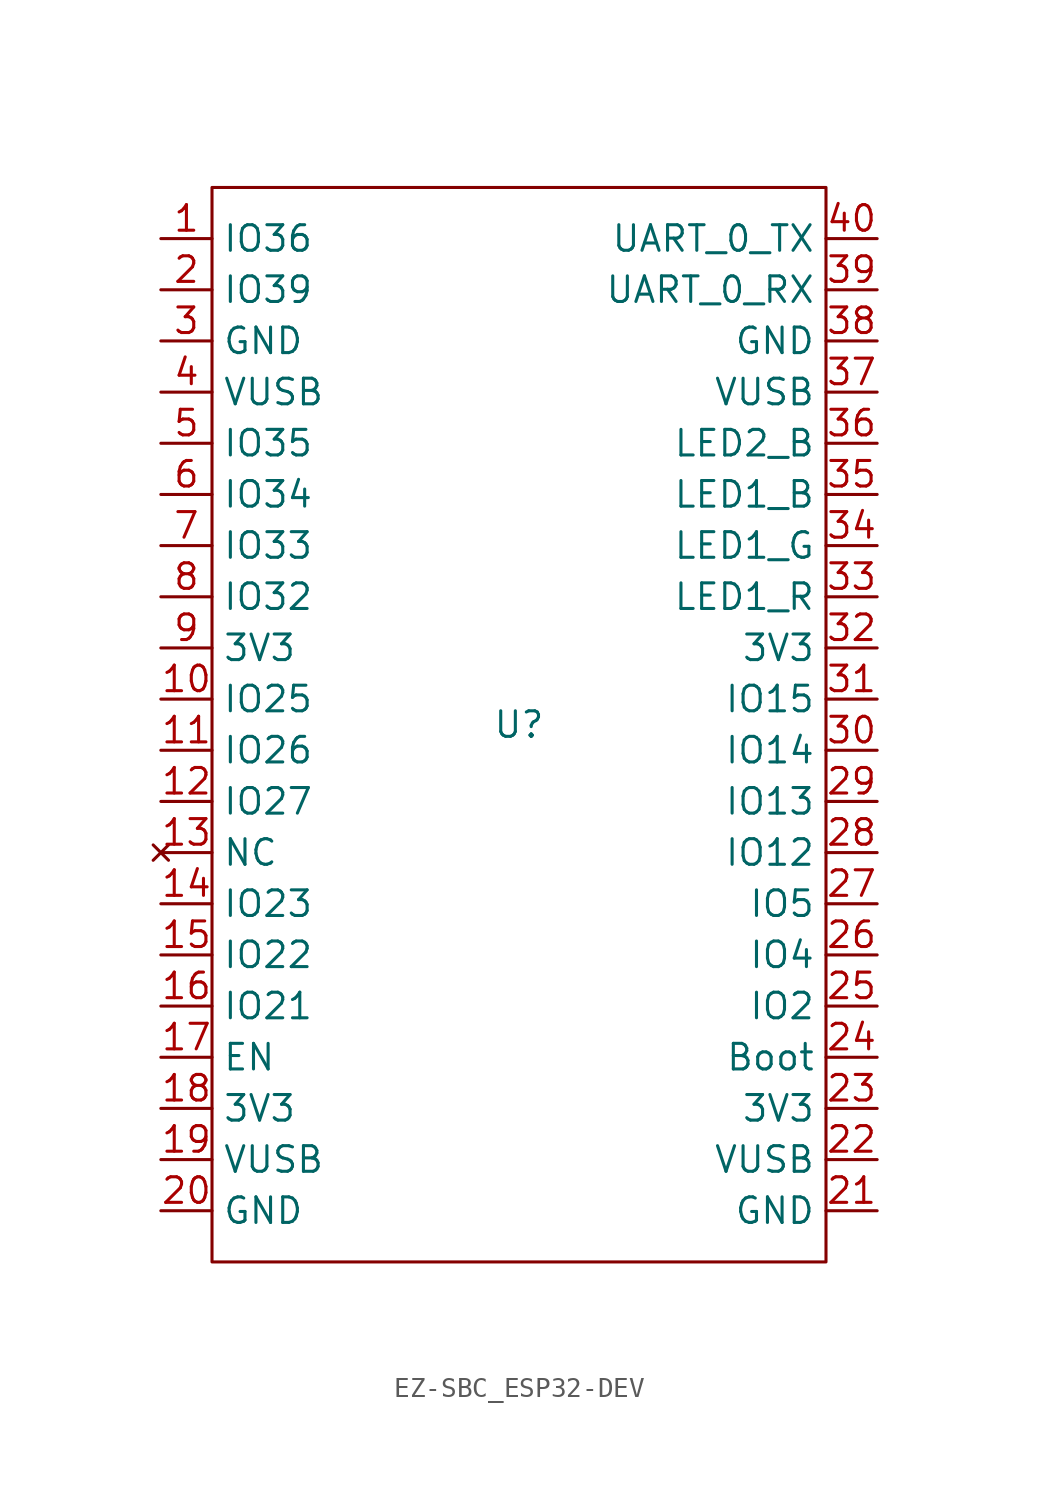
<source format=kicad_sym>
(kicad_symbol_lib
  (version 20220914)
  (generator kicad_symbol_editor)
  (symbol "EZ-SBC_ESP32-DEV"
    (property "Reference" "U"
      (at 0 0 0)
      (effects (font (size 1.27 1.27))))
    (property "Value" ""
      (at -10.16 11.43 0)
      (effects (font (size 1.27 1.27))))
    (symbol "EZ-SBC_ESP32-DEV_0_1"
      (rectangle (start -15.24 26.67) (end 15.24 -26.67) (stroke (width 0) (type default)) (fill (type none))))
    (symbol "EZ-SBC_ESP32-DEV_1_1"
      (pin input line (at -17.78 24.13 0) (length 2.54) (name "IO36" (effects (font (size 1.27 1.27)))) (number "1" (effects (font (size 1.27 1.27)))) (alternate "ADC1 CH0" input line) (alternate "RTC GPIO0" input line) (alternate "Sensor VP" input line))
      (pin bidirectional line (at -17.78 1.27 0) (length 2.54) (name "IO25" (effects (font (size 1.27 1.27)))) (number "10" (effects (font (size 1.27 1.27)))) (alternate "ADC2 CH8" input line) (alternate "DAC1" input line) (alternate "RTC GPIO6" input line))
      (pin bidirectional line (at -17.78 -1.27 0) (length 2.54) (name "IO26" (effects (font (size 1.27 1.27)))) (number "11" (effects (font (size 1.27 1.27)))) (alternate "ADC2 CH9" input line) (alternate "DAC2" input line) (alternate "RTC GPIO7" input line))
      (pin bidirectional line (at -17.78 -3.81 0) (length 2.54) (name "IO27" (effects (font (size 1.27 1.27)))) (number "12" (effects (font (size 1.27 1.27)))) (alternate "ADC2 CH7" input line) (alternate "RTC GPIO17" input line) (alternate "TOUCH 7" input line))
      (pin no_connect line (at -17.78 -6.35 0) (length 2.54) (name "NC" (effects (font (size 1.27 1.27)))) (number "13" (effects (font (size 1.27 1.27)))))
      (pin bidirectional line (at -17.78 -8.89 0) (length 2.54) (name "IO23" (effects (font (size 1.27 1.27)))) (number "14" (effects (font (size 1.27 1.27)))) (alternate "SPI MOSI" output line) (alternate "VSPI MOSI" output line))
      (pin bidirectional line (at -17.78 -11.43 0) (length 2.54) (name "IO22" (effects (font (size 1.27 1.27)))) (number "15" (effects (font (size 1.27 1.27)))) (alternate "SCL" output line) (alternate "Wire SCL" output line))
      (pin bidirectional line (at -17.78 -13.97 0) (length 2.54) (name "IO21" (effects (font (size 1.27 1.27)))) (number "16" (effects (font (size 1.27 1.27)))) (alternate "SDA" bidirectional line) (alternate "Wire SDA" bidirectional line))
      (pin input line (at -17.78 -16.51 0) (length 2.54) (name "EN" (effects (font (size 1.27 1.27)))) (number "17" (effects (font (size 1.27 1.27)))) (alternate "PB" input line) (alternate "Reset" input line))
      (pin passive line (at -17.78 -19.05 0) (length 2.54) (name "3V3" (effects (font (size 1.27 1.27)))) (number "18" (effects (font (size 1.27 1.27)))))
      (pin power_out line (at -17.78 -21.59 0) (length 2.54) (name "VUSB" (effects (font (size 1.27 1.27)))) (number "19" (effects (font (size 1.27 1.27)))) (alternate "VIn" power_in line))
      (pin input line (at -17.78 21.59 0) (length 2.54) (name "IO39" (effects (font (size 1.27 1.27)))) (number "2" (effects (font (size 1.27 1.27)))) (alternate "ADC1 CH3" input line) (alternate "RTC_GPIO3" input line) (alternate "Sensor VN" input line))
      (pin passive line (at -17.78 -24.13 0) (length 2.54) (name "GND" (effects (font (size 1.27 1.27)))) (number "20" (effects (font (size 1.27 1.27)))))
      (pin passive line (at 17.78 -24.13 180) (length 2.54) (name "GND" (effects (font (size 1.27 1.27)))) (number "21" (effects (font (size 1.27 1.27)))))
      (pin power_out line (at 17.78 -21.59 180) (length 2.54) (name "VUSB" (effects (font (size 1.27 1.27)))) (number "22" (effects (font (size 1.27 1.27)))) (alternate "VIn" power_in line))
      (pin passive line (at 17.78 -19.05 180) (length 2.54) (name "3V3" (effects (font (size 1.27 1.27)))) (number "23" (effects (font (size 1.27 1.27)))))
      (pin input line (at 17.78 -16.51 180) (length 2.54) (name "Boot" (effects (font (size 1.27 1.27)))) (number "24" (effects (font (size 1.27 1.27)))) (alternate "ADC2 CH1" input line) (alternate "IO0" bidirectional line) (alternate "RTC_GPIO11" input line) (alternate "Touch 1" input line))
      (pin bidirectional line (at 17.78 -13.97 180) (length 2.54) (name "IO2" (effects (font (size 1.27 1.27)))) (number "25" (effects (font (size 1.27 1.27)))) (alternate "ADC2 CH2" input line) (alternate "RTC GPIO12" input line) (alternate "Touch 2" input line))
      (pin bidirectional line (at 17.78 -11.43 180) (length 2.54) (name "IO4" (effects (font (size 1.27 1.27)))) (number "26" (effects (font (size 1.27 1.27)))) (alternate "ADC2 CH0" output line) (alternate "RTC GPIO10" bidirectional line) (alternate "Touch0" output line))
      (pin bidirectional line (at 17.78 -8.89 180) (length 2.54) (name "IO5" (effects (font (size 1.27 1.27)))) (number "27" (effects (font (size 1.27 1.27)))) (alternate "SPI SS" output line) (alternate "VSPI SS" output line))
      (pin bidirectional line (at 17.78 -6.35 180) (length 2.54) (name "IO12" (effects (font (size 1.27 1.27)))) (number "28" (effects (font (size 1.27 1.27)))) (alternate "ADC2 CH5" input line) (alternate "HSPI MISO" input line) (alternate "RTC GPIO15" input line) (alternate "TDI" input line) (alternate "Touch 5" input line))
      (pin bidirectional line (at 17.78 -3.81 180) (length 2.54) (name "IO13" (effects (font (size 1.27 1.27)))) (number "29" (effects (font (size 1.27 1.27)))) (alternate "ADC2 CH4" input line) (alternate "HSPI MOSI" output line) (alternate "RTC GPIO14" input line) (alternate "TCK" output line) (alternate "Touch 4" input line))
      (pin passive line (at -17.78 19.05 0) (length 2.54) (name "GND" (effects (font (size 1.27 1.27)))) (number "3" (effects (font (size 1.27 1.27)))))
      (pin bidirectional line (at 17.78 -1.27 180) (length 2.54) (name "IO14" (effects (font (size 1.27 1.27)))) (number "30" (effects (font (size 1.27 1.27)))) (alternate "ADC2 CH6" input line) (alternate "HSPI SCK" output line) (alternate "RTC GPIO16" input line) (alternate "TMS" bidirectional line) (alternate "Touch 6" input line))
      (pin bidirectional line (at 17.78 1.27 180) (length 2.54) (name "IO15" (effects (font (size 1.27 1.27)))) (number "31" (effects (font (size 1.27 1.27)))) (alternate "ADC2 CH3" input line) (alternate "HSPI SS" output line) (alternate "RTC GPIO13" input line) (alternate "TD0" bidirectional line) (alternate "Touch 3" input line))
      (pin passive line (at 17.78 3.81 180) (length 2.54) (name "3V3" (effects (font (size 1.27 1.27)))) (number "32" (effects (font (size 1.27 1.27)))))
      (pin bidirectional line (at 17.78 6.35 180) (length 2.54) (name "LED1_R" (effects (font (size 1.27 1.27)))) (number "33" (effects (font (size 1.27 1.27)))) (alternate "IO 16" bidirectional line) (alternate "UART 2 RX" input line))
      (pin bidirectional line (at 17.78 8.89 180) (length 2.54) (name "LED1_G" (effects (font (size 1.27 1.27)))) (number "34" (effects (font (size 1.27 1.27)))) (alternate "IO17" bidirectional line) (alternate "UART 2 TX" output line))
      (pin bidirectional line (at 17.78 11.43 180) (length 2.54) (name "LED1_B" (effects (font (size 1.27 1.27)))) (number "35" (effects (font (size 1.27 1.27)))) (alternate "IO18" bidirectional line) (alternate "SPI SCK" output line) (alternate "VSPI SCK" output line))
      (pin bidirectional line (at 17.78 13.97 180) (length 2.54) (name "LED2_B" (effects (font (size 1.27 1.27)))) (number "36" (effects (font (size 1.27 1.27)))) (alternate "IO19" bidirectional line) (alternate "SPI MISO" input line) (alternate "VSPI MISO" input line))
      (pin power_out line (at 17.78 16.51 180) (length 2.54) (name "VUSB" (effects (font (size 1.27 1.27)))) (number "37" (effects (font (size 1.27 1.27)))) (alternate "VIn" power_in line))
      (pin passive line (at 17.78 19.05 180) (length 2.54) (name "GND" (effects (font (size 1.27 1.27)))) (number "38" (effects (font (size 1.27 1.27)))))
      (pin input line (at 17.78 21.59 180) (length 2.54) (name "UART_0_RX" (effects (font (size 1.27 1.27)))) (number "39" (effects (font (size 1.27 1.27)))) (alternate "IO3" output line))
      (pin power_out line (at -17.78 16.51 0) (length 2.54) (name "VUSB" (effects (font (size 1.27 1.27)))) (number "4" (effects (font (size 1.27 1.27)))) (alternate "VIn" power_in line))
      (pin input line (at 17.78 24.13 180) (length 2.54) (name "UART_0_TX" (effects (font (size 1.27 1.27)))) (number "40" (effects (font (size 1.27 1.27)))) (alternate "IO1" bidirectional line))
      (pin input line (at -17.78 13.97 0) (length 2.54) (name "IO35" (effects (font (size 1.27 1.27)))) (number "5" (effects (font (size 1.27 1.27)))) (alternate "ADC1 CH7" input line) (alternate "RTC GPIO5" input line))
      (pin input line (at -17.78 11.43 0) (length 2.54) (name "IO34" (effects (font (size 1.27 1.27)))) (number "6" (effects (font (size 1.27 1.27)))) (alternate "ADC1 CH6" input line) (alternate "RTC_GPIO4" input line))
      (pin bidirectional line (at -17.78 8.89 0) (length 2.54) (name "IO33" (effects (font (size 1.27 1.27)))) (number "7" (effects (font (size 1.27 1.27)))) (alternate "ADC1 CH5" input line) (alternate "RTC GPIO8" input line) (alternate "Touch8" input line))
      (pin bidirectional line (at -17.78 6.35 0) (length 2.54) (name "IO32" (effects (font (size 1.27 1.27)))) (number "8" (effects (font (size 1.27 1.27)))) (alternate "ADC1 CH4" input line) (alternate "RTC GPIO9" input line) (alternate "Touch9" input line))
      (pin passive line (at -17.78 3.81 0) (length 2.54) (name "3V3" (effects (font (size 1.27 1.27)))) (number "9" (effects (font (size 1.27 1.27))))))))
</source>
